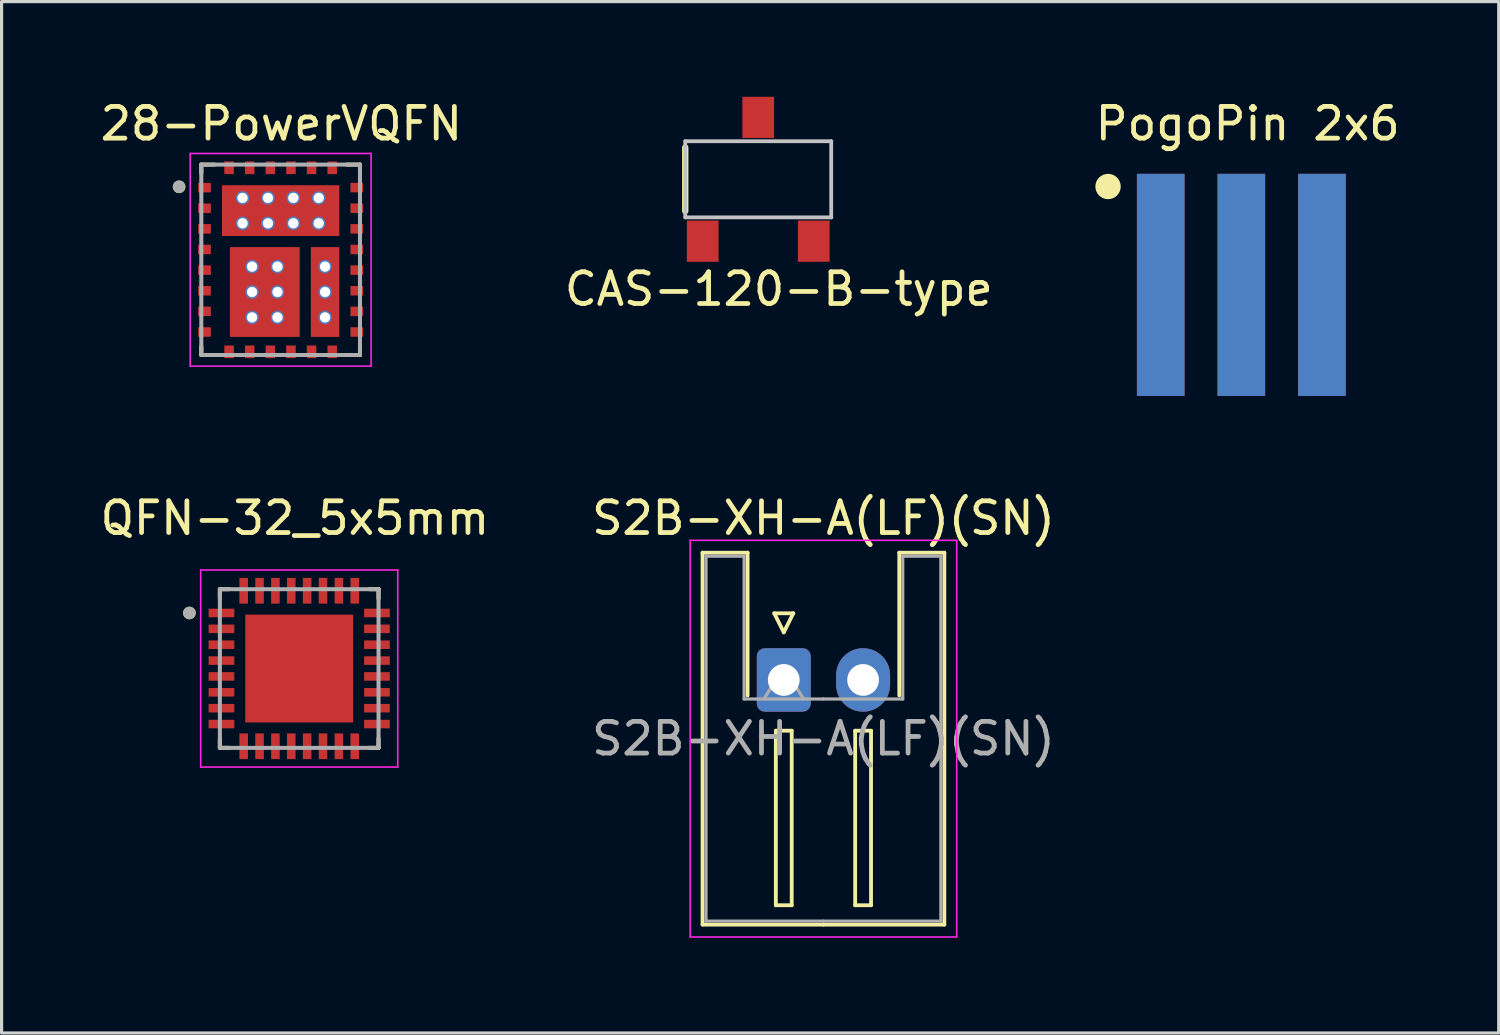
<source format=kicad_pcb>
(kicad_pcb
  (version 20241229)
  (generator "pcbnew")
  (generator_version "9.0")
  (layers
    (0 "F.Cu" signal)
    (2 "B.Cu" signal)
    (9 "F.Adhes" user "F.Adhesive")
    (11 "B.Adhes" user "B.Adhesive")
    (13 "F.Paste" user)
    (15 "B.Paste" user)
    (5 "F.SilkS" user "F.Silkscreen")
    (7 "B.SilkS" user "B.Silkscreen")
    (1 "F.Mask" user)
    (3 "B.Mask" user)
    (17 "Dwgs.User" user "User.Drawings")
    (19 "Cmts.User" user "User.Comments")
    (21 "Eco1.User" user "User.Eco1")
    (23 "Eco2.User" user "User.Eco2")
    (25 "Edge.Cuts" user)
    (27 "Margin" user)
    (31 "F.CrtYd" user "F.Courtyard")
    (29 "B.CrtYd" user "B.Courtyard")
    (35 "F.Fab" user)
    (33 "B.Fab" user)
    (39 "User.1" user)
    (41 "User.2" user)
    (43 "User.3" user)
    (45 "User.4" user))
  (footprint "PogoPin 2x6"
    (layer "F.Cu")
    (at 36.068 5.928)
    (property "Reference" "PogoPin 2x6" (at 0.2 -5.08 0) (layer "F.SilkS") (effects (font (size 1 1) (thickness 0.15))))
    (attr through_hole)
    (fp_circle (center -4.2 -3.1) (end -4 -3.1) (stroke (width 0.4) (type solid)) (fill no) (layer "F.SilkS"))
    (pad "1" smd rect (at -2.54 0) (size 1.5 7) (layers "F.Cu" "F.Mask" "F.Paste"))
    (pad "2" smd rect (at -2.54 0) (size 1.5 7) (layers "B.Cu" "B.Mask" "B.Paste"))
    (pad "3" smd rect (at 0 0) (size 1.5 7) (layers "F.Cu" "F.Mask" "F.Paste"))
    (pad "4" smd rect (at 0 0) (size 1.5 7) (layers "B.Cu" "B.Mask" "B.Paste"))
    (pad "5" smd rect (at 2.54 0) (size 1.5 7) (layers "F.Cu" "F.Mask" "F.Paste"))
    (pad "6" smd rect (at 2.54 0) (size 1.5 7) (layers "B.Cu" "B.Mask" "B.Paste")))
  (footprint "28-PowerVQFN"
    (layer "F.Cu")
    (at 5.794 5.137)
    (property "Reference" "28-PowerVQFN" (at 0.021 -4.289 0) (layer "F.SilkS") (effects (font (size 1 1) (thickness 0.15))))
    (attr through_hole)
    (fp_line (start -2.5 -3) (end -2.09 -3) (stroke (width 0.127) (type solid)) (layer "F.SilkS"))
    (fp_line (start -2.5 -2.73) (end -2.5 -3) (stroke (width 0.127) (type solid)) (layer "F.SilkS"))
    (fp_line (start -2.5 3) (end -2.5 2.73) (stroke (width 0.127) (type solid)) (layer "F.SilkS"))
    (fp_line (start -2.5 3) (end -2.09 3) (stroke (width 0.127) (type solid)) (layer "F.SilkS"))
    (fp_line (start 2.09 -3) (end 2.5 -3) (stroke (width 0.127) (type solid)) (layer "F.SilkS"))
    (fp_line (start 2.09 3) (end 2.5 3) (stroke (width 0.127) (type solid)) (layer "F.SilkS"))
    (fp_line (start 2.5 -2.73) (end 2.5 -3) (stroke (width 0.127) (type solid)) (layer "F.SilkS"))
    (fp_line (start 2.5 3) (end 2.5 2.73) (stroke (width 0.127) (type solid)) (layer "F.SilkS"))
    (fp_circle (center -3.2 -2.3) (end -3.1 -2.3) (stroke (width 0.2) (type solid)) (fill no) (layer "F.SilkS"))
    (fp_poly (pts (xy -1.65 -2.15) (xy -0.1 -2.15) (xy -0.1 -0.95) (xy -1.65 -0.95)) (stroke (width 0.01) (type solid)) (fill yes) (layer "F.Paste"))
    (fp_poly (pts (xy -1.555 -0.195) (xy -0.755 -0.195) (xy -0.755 0.915) (xy -1.555 0.915)) (stroke (width 0.01) (type solid)) (fill yes) (layer "F.Paste"))
    (fp_poly (pts (xy -1.555 1.115) (xy -0.755 1.115) (xy -0.755 2.225) (xy -1.555 2.225)) (stroke (width 0.01) (type solid)) (fill yes) (layer "F.Paste"))
    (fp_poly (pts (xy -0.245 -0.195) (xy 0.555 -0.195) (xy 0.555 0.915) (xy -0.245 0.915)) (stroke (width 0.01) (type solid)) (fill yes) (layer "F.Paste"))
    (fp_poly (pts (xy -0.245 1.115) (xy 0.555 1.115) (xy 0.555 2.225) (xy -0.245 2.225)) (stroke (width 0.01) (type solid)) (fill yes) (layer "F.Paste"))
    (fp_poly (pts (xy 0.1 -2.15) (xy 1.65 -2.15) (xy 1.65 -0.95) (xy 0.1 -0.95)) (stroke (width 0.01) (type solid)) (fill yes) (layer "F.Paste"))
    (fp_poly (pts (xy 1.15 -0.195) (xy 1.65 -0.195) (xy 1.65 0.915) (xy 1.15 0.915)) (stroke (width 0.01) (type solid)) (fill yes) (layer "F.Paste"))
    (fp_poly (pts (xy 1.15 1.115) (xy 1.65 1.115) (xy 1.65 2.225) (xy 1.15 2.225)) (stroke (width 0.01) (type solid)) (fill yes) (layer "F.Paste"))
    (fp_line (start -2.85 -3.35) (end 2.85 -3.35) (stroke (width 0.05) (type solid)) (layer "F.CrtYd"))
    (fp_line (start -2.85 3.35) (end -2.85 -3.35) (stroke (width 0.05) (type solid)) (layer "F.CrtYd"))
    (fp_line (start 2.85 -3.35) (end 2.85 3.35) (stroke (width 0.05) (type solid)) (layer "F.CrtYd"))
    (fp_line (start 2.85 3.35) (end -2.85 3.35) (stroke (width 0.05) (type solid)) (layer "F.CrtYd"))
    (fp_line (start -2.5 -3) (end 2.5 -3) (stroke (width 0.127) (type solid)) (layer "F.Fab"))
    (fp_line (start -2.5 3) (end -2.5 -3) (stroke (width 0.127) (type solid)) (layer "F.Fab"))
    (fp_line (start 2.5 -3) (end 2.5 3) (stroke (width 0.127) (type solid)) (layer "F.Fab"))
    (fp_line (start 2.5 3) (end -2.5 3) (stroke (width 0.127) (type solid)) (layer "F.Fab"))
    (fp_circle (center -3.2 -2.3) (end -3.1 -2.3) (stroke (width 0.2) (type solid)) (fill no) (layer "F.Fab"))
    (pad "1" smd rect (at -2.4 -2.275) (size 0.4 0.3) (layers "F.Cu" "F.Mask" "F.Paste"))
    (pad "2" smd rect (at -2.4 -1.625) (size 0.4 0.3) (layers "F.Cu" "F.Mask" "F.Paste"))
    (pad "3" smd rect (at -2.4 -0.975) (size 0.4 0.3) (layers "F.Cu" "F.Mask" "F.Paste"))
    (pad "4" smd rect (at -2.4 -0.325) (size 0.4 0.3) (layers "F.Cu" "F.Mask" "F.Paste"))
    (pad "5" smd rect (at -2.4 0.325) (size 0.4 0.3) (layers "F.Cu" "F.Mask" "F.Paste"))
    (pad "6" smd rect (at -2.4 0.975) (size 0.4 0.3) (layers "F.Cu" "F.Mask" "F.Paste"))
    (pad "7" smd rect (at -2.4 1.625) (size 0.4 0.3) (layers "F.Cu" "F.Mask" "F.Paste"))
    (pad "8" smd rect (at -2.4 2.275) (size 0.4 0.3) (layers "F.Cu" "F.Mask" "F.Paste"))
    (pad "9" smd rect (at -1.625 2.9) (size 0.3 0.4) (layers "F.Cu" "F.Mask" "F.Paste"))
    (pad "10" smd rect (at -0.975 2.9) (size 0.3 0.4) (layers "F.Cu" "F.Mask" "F.Paste"))
    (pad "11" smd rect (at -0.325 2.9) (size 0.3 0.4) (layers "F.Cu" "F.Mask" "F.Paste"))
    (pad "12" smd rect (at 0.325 2.9) (size 0.3 0.4) (layers "F.Cu" "F.Mask" "F.Paste"))
    (pad "13" smd rect (at 0.975 2.9) (size 0.3 0.4) (layers "F.Cu" "F.Mask" "F.Paste"))
    (pad "14" smd rect (at 1.625 2.9) (size 0.3 0.4) (layers "F.Cu" "F.Mask" "F.Paste"))
    (pad "15" smd rect (at 2.4 2.275) (size 0.4 0.3) (layers "F.Cu" "F.Mask" "F.Paste"))
    (pad "16" smd rect (at 2.4 1.625) (size 0.4 0.3) (layers "F.Cu" "F.Mask" "F.Paste"))
    (pad "17" smd rect (at 2.4 0.975) (size 0.4 0.3) (layers "F.Cu" "F.Mask" "F.Paste"))
    (pad "18" smd rect (at 2.4 0.325) (size 0.4 0.3) (layers "F.Cu" "F.Mask" "F.Paste"))
    (pad "19" smd rect (at 2.4 -0.325) (size 0.4 0.3) (layers "F.Cu" "F.Mask" "F.Paste"))
    (pad "20" smd rect (at 2.4 -0.975) (size 0.4 0.3) (layers "F.Cu" "F.Mask" "F.Paste"))
    (pad "21" smd rect (at 2.4 -1.625) (size 0.4 0.3) (layers "F.Cu" "F.Mask" "F.Paste"))
    (pad "22" smd rect (at 2.4 -2.275) (size 0.4 0.3) (layers "F.Cu" "F.Mask" "F.Paste"))
    (pad "23" smd rect (at 1.625 -2.9) (size 0.3 0.4) (layers "F.Cu" "F.Mask" "F.Paste"))
    (pad "24" smd rect (at 0.975 -2.9) (size 0.3 0.4) (layers "F.Cu" "F.Mask" "F.Paste"))
    (pad "25" smd rect (at 0.325 -2.9) (size 0.3 0.4) (layers "F.Cu" "F.Mask" "F.Paste"))
    (pad "26" smd rect (at -0.325 -2.9) (size 0.3 0.4) (layers "F.Cu" "F.Mask" "F.Paste"))
    (pad "27" smd rect (at -0.975 -2.9) (size 0.3 0.4) (layers "F.Cu" "F.Mask" "F.Paste"))
    (pad "28" smd rect (at -1.625 -2.9) (size 0.3 0.4) (layers "F.Cu" "F.Mask" "F.Paste"))
    (pad "29" smd rect (at 0 -1.55) (size 3.7 1.6) (layers "F.Cu" "F.Mask"))
    (pad "29_1" thru_hole circle (at -1.2 -1.95) (size 0.425 0.425) (drill 0.325) (layers "*.Cu" "*.Mask"))
    (pad "29_2" thru_hole circle (at -0.4 -1.95) (size 0.425 0.425) (drill 0.325) (layers "*.Cu" "*.Mask"))
    (pad "29_3" thru_hole circle (at 0.4 -1.95) (size 0.425 0.425) (drill 0.325) (layers "*.Cu" "*.Mask"))
    (pad "29_4" thru_hole circle (at 1.2 -1.95) (size 0.425 0.425) (drill 0.325) (layers "*.Cu" "*.Mask"))
    (pad "29_5" thru_hole circle (at -1.2 -1.15) (size 0.425 0.425) (drill 0.325) (layers "*.Cu" "*.Mask"))
    (pad "29_6" thru_hole circle (at -0.4 -1.15) (size 0.425 0.425) (drill 0.325) (layers "*.Cu" "*.Mask"))
    (pad "29_7" thru_hole circle (at 0.4 -1.15) (size 0.425 0.425) (drill 0.325) (layers "*.Cu" "*.Mask"))
    (pad "29_8" thru_hole circle (at 1.2 -1.15) (size 0.425 0.425) (drill 0.325) (layers "*.Cu" "*.Mask"))
    (pad "30" smd rect (at -0.5 1.015) (size 2.2 2.83) (layers "F.Cu" "F.Mask"))
    (pad "30_1" thru_hole circle (at -0.9 0.215) (size 0.425 0.425) (drill 0.325) (layers "*.Cu" "*.Mask"))
    (pad "30_2" thru_hole circle (at -0.1 0.215) (size 0.425 0.425) (drill 0.325) (layers "*.Cu" "*.Mask"))
    (pad "30_3" thru_hole circle (at -0.9 1.015) (size 0.425 0.425) (drill 0.325) (layers "*.Cu" "*.Mask"))
    (pad "30_4" thru_hole circle (at -0.1 1.015) (size 0.425 0.425) (drill 0.325) (layers "*.Cu" "*.Mask"))
    (pad "30_5" thru_hole circle (at -0.9 1.815) (size 0.425 0.425) (drill 0.325) (layers "*.Cu" "*.Mask"))
    (pad "30_6" thru_hole circle (at -0.1 1.815) (size 0.425 0.425) (drill 0.325) (layers "*.Cu" "*.Mask"))
    (pad "31" smd rect (at 1.4 1.015) (size 0.9 2.83) (layers "F.Cu" "F.Mask"))
    (pad "31_1" thru_hole circle (at 1.4 0.215) (size 0.425 0.425) (drill 0.325) (layers "*.Cu" "*.Mask"))
    (pad "31_2" thru_hole circle (at 1.4 1.015) (size 0.425 0.425) (drill 0.325) (layers "*.Cu" "*.Mask"))
    (pad "31_3" thru_hole circle (at 1.4 1.815) (size 0.425 0.425) (drill 0.325) (layers "*.Cu" "*.Mask")))
  (footprint "S2B-XH-A(LF)(SN)"
    (layer "F.Cu")
    (at 21.649 18.377)
    (property "Reference" "S2B-XH-A(LF)(SN)" (at 1.25 -5.1 0) (layer "F.SilkS") (effects (font (size 1 1) (thickness 0.15))))
    (attr through_hole)
    (fp_line (start -2.56 -4.01) (end -1.14 -4.01) (stroke (width 0.12) (type solid)) (layer "F.SilkS"))
    (fp_line (start -2.56 7.71) (end -2.56 -4.01) (stroke (width 0.12) (type solid)) (layer "F.SilkS"))
    (fp_line (start -1.14 -4.01) (end -1.14 0.49) (stroke (width 0.12) (type solid)) (layer "F.SilkS"))
    (fp_line (start -0.3 -2.1) (end 0.3 -2.1) (stroke (width 0.12) (type solid)) (layer "F.SilkS"))
    (fp_line (start -0.25 1.6) (end -0.25 7.1) (stroke (width 0.12) (type solid)) (layer "F.SilkS"))
    (fp_line (start -0.25 7.1) (end 0.25 7.1) (stroke (width 0.12) (type solid)) (layer "F.SilkS"))
    (fp_line (start 0 -1.5) (end -0.3 -2.1) (stroke (width 0.12) (type solid)) (layer "F.SilkS"))
    (fp_line (start 0.25 1.6) (end -0.25 1.6) (stroke (width 0.12) (type solid)) (layer "F.SilkS"))
    (fp_line (start 0.25 7.1) (end 0.25 1.6) (stroke (width 0.12) (type solid)) (layer "F.SilkS"))
    (fp_line (start 0.3 -2.1) (end 0 -1.5) (stroke (width 0.12) (type solid)) (layer "F.SilkS"))
    (fp_line (start 1.25 7.71) (end -2.56 7.71) (stroke (width 0.12) (type solid)) (layer "F.SilkS"))
    (fp_line (start 1.25 7.71) (end 5.06 7.71) (stroke (width 0.12) (type solid)) (layer "F.SilkS"))
    (fp_line (start 2.25 1.6) (end 2.25 7.1) (stroke (width 0.12) (type solid)) (layer "F.SilkS"))
    (fp_line (start 2.25 7.1) (end 2.75 7.1) (stroke (width 0.12) (type solid)) (layer "F.SilkS"))
    (fp_line (start 2.75 1.6) (end 2.25 1.6) (stroke (width 0.12) (type solid)) (layer "F.SilkS"))
    (fp_line (start 2.75 7.1) (end 2.75 1.6) (stroke (width 0.12) (type solid)) (layer "F.SilkS"))
    (fp_line (start 3.64 -4.01) (end 3.64 0.49) (stroke (width 0.12) (type solid)) (layer "F.SilkS"))
    (fp_line (start 5.06 -4.01) (end 3.64 -4.01) (stroke (width 0.12) (type solid)) (layer "F.SilkS"))
    (fp_line (start 5.06 7.71) (end 5.06 -4.01) (stroke (width 0.12) (type solid)) (layer "F.SilkS"))
    (fp_line (start -2.95 -4.4) (end -2.95 8.1) (stroke (width 0.05) (type solid)) (layer "F.CrtYd"))
    (fp_line (start -2.95 8.1) (end 5.45 8.1) (stroke (width 0.05) (type solid)) (layer "F.CrtYd"))
    (fp_line (start 5.45 -4.4) (end -2.95 -4.4) (stroke (width 0.05) (type solid)) (layer "F.CrtYd"))
    (fp_line (start 5.45 8.1) (end 5.45 -4.4) (stroke (width 0.05) (type solid)) (layer "F.CrtYd"))
    (fp_line (start -2.45 -3.9) (end -1.25 -3.9) (stroke (width 0.1) (type solid)) (layer "F.Fab"))
    (fp_line (start -2.45 7.6) (end -2.45 -3.9) (stroke (width 0.1) (type solid)) (layer "F.Fab"))
    (fp_line (start -1.25 -3.9) (end -1.25 0.6) (stroke (width 0.1) (type solid)) (layer "F.Fab"))
    (fp_line (start -1.25 0.6) (end 1.25 0.6) (stroke (width 0.1) (type solid)) (layer "F.Fab"))
    (fp_line (start -0.625 0.6) (end 0 -0.4) (stroke (width 0.1) (type solid)) (layer "F.Fab"))
    (fp_line (start 0 -0.4) (end 0.625 0.6) (stroke (width 0.1) (type solid)) (layer "F.Fab"))
    (fp_line (start 1.25 7.6) (end -2.45 7.6) (stroke (width 0.1) (type solid)) (layer "F.Fab"))
    (fp_line (start 1.25 7.6) (end 4.95 7.6) (stroke (width 0.1) (type solid)) (layer "F.Fab"))
    (fp_line (start 3.75 -3.9) (end 3.75 0.6) (stroke (width 0.1) (type solid)) (layer "F.Fab"))
    (fp_line (start 3.75 0.6) (end 1.25 0.6) (stroke (width 0.1) (type solid)) (layer "F.Fab"))
    (fp_line (start 4.95 -3.9) (end 3.75 -3.9) (stroke (width 0.1) (type solid)) (layer "F.Fab"))
    (fp_line (start 4.95 7.6) (end 4.95 -3.9) (stroke (width 0.1) (type solid)) (layer "F.Fab"))
    (fp_text user "${REFERENCE}" (at 1.25 1.85 0) (layer "F.Fab") (effects (font (size 1 1) (thickness 0.15))))
    (pad "1" thru_hole roundrect (at 0 0) (size 1.7 2) (drill 1) (layers "*.Cu" "*.Mask") (roundrect_rratio 0.147))
    (pad "2" thru_hole oval (at 2.5 0) (size 1.7 2) (drill 1) (layers "*.Cu" "*.Mask")))
  (footprint "QFN-32_5x5mm"
    (layer "F.Cu")
    (at 6.379 18.017)
    (property "Reference" "QFN-32_5x5mm" (at -0.135 -4.74 0) (layer "F.SilkS") (effects (font (size 1 1) (thickness 0.15))))
    (attr through_hole)
    (fp_line (start -2.5 -2.5) (end -2.5 -2.205) (stroke (width 0.127) (type solid)) (layer "F.SilkS"))
    (fp_line (start -2.5 -2.5) (end -2.205 -2.5) (stroke (width 0.127) (type solid)) (layer "F.SilkS"))
    (fp_line (start -2.5 2.5) (end -2.5 2.205) (stroke (width 0.127) (type solid)) (layer "F.SilkS"))
    (fp_line (start -2.5 2.5) (end -2.205 2.5) (stroke (width 0.127) (type solid)) (layer "F.SilkS"))
    (fp_line (start 2.5 -2.5) (end 2.205 -2.5) (stroke (width 0.127) (type solid)) (layer "F.SilkS"))
    (fp_line (start 2.5 -2.5) (end 2.5 -2.205) (stroke (width 0.127) (type solid)) (layer "F.SilkS"))
    (fp_line (start 2.5 2.5) (end 2.205 2.5) (stroke (width 0.127) (type solid)) (layer "F.SilkS"))
    (fp_line (start 2.5 2.5) (end 2.5 2.205) (stroke (width 0.127) (type solid)) (layer "F.SilkS"))
    (fp_circle (center -3.46 -1.75) (end -3.36 -1.75) (stroke (width 0.2) (type solid)) (fill no) (layer "F.SilkS"))
    (fp_poly (pts (xy -1.08 -1.08) (xy 1.08 -1.08) (xy 1.08 1.08) (xy -1.08 1.08)) (stroke (width 0.01) (type solid)) (fill yes) (layer "F.Paste"))
    (fp_line (start -3.105 -3.105) (end 3.105 -3.105) (stroke (width 0.05) (type solid)) (layer "F.CrtYd"))
    (fp_line (start -3.105 3.105) (end -3.105 -3.105) (stroke (width 0.05) (type solid)) (layer "F.CrtYd"))
    (fp_line (start -3.105 3.105) (end 3.105 3.105) (stroke (width 0.05) (type solid)) (layer "F.CrtYd"))
    (fp_line (start 3.105 3.105) (end 3.105 -3.105) (stroke (width 0.05) (type solid)) (layer "F.CrtYd"))
    (fp_line (start -2.5 2.5) (end -2.5 -2.5) (stroke (width 0.127) (type solid)) (layer "F.Fab"))
    (fp_line (start 2.5 -2.5) (end -2.5 -2.5) (stroke (width 0.127) (type solid)) (layer "F.Fab"))
    (fp_line (start 2.5 2.5) (end -2.5 2.5) (stroke (width 0.127) (type solid)) (layer "F.Fab"))
    (fp_line (start 2.5 2.5) (end 2.5 -2.5) (stroke (width 0.127) (type solid)) (layer "F.Fab"))
    (fp_circle (center -3.46 -1.75) (end -3.36 -1.75) (stroke (width 0.2) (type solid)) (fill no) (layer "F.Fab"))
    (pad "1" smd rect (at -2.45 -1.75) (size 0.81 0.27) (layers "F.Cu" "F.Mask" "F.Paste"))
    (pad "2" smd rect (at -2.45 -1.25) (size 0.81 0.27) (layers "F.Cu" "F.Mask" "F.Paste"))
    (pad "3" smd rect (at -2.45 -0.75) (size 0.81 0.27) (layers "F.Cu" "F.Mask" "F.Paste"))
    (pad "4" smd rect (at -2.45 -0.25) (size 0.81 0.27) (layers "F.Cu" "F.Mask" "F.Paste"))
    (pad "5" smd rect (at -2.45 0.25) (size 0.81 0.27) (layers "F.Cu" "F.Mask" "F.Paste"))
    (pad "6" smd rect (at -2.45 0.75) (size 0.81 0.27) (layers "F.Cu" "F.Mask" "F.Paste"))
    (pad "7" smd rect (at -2.45 1.25) (size 0.81 0.27) (layers "F.Cu" "F.Mask" "F.Paste"))
    (pad "8" smd rect (at -2.45 1.75) (size 0.81 0.27) (layers "F.Cu" "F.Mask" "F.Paste"))
    (pad "9" smd rect (at -1.75 2.45) (size 0.27 0.81) (layers "F.Cu" "F.Mask" "F.Paste"))
    (pad "10" smd rect (at -1.25 2.45) (size 0.27 0.81) (layers "F.Cu" "F.Mask" "F.Paste"))
    (pad "11" smd rect (at -0.75 2.45) (size 0.27 0.81) (layers "F.Cu" "F.Mask" "F.Paste"))
    (pad "12" smd rect (at -0.25 2.45) (size 0.27 0.81) (layers "F.Cu" "F.Mask" "F.Paste"))
    (pad "13" smd rect (at 0.25 2.45) (size 0.27 0.81) (layers "F.Cu" "F.Mask" "F.Paste"))
    (pad "14" smd rect (at 0.75 2.45) (size 0.27 0.81) (layers "F.Cu" "F.Mask" "F.Paste"))
    (pad "15" smd rect (at 1.25 2.45) (size 0.27 0.81) (layers "F.Cu" "F.Mask" "F.Paste"))
    (pad "16" smd rect (at 1.75 2.45) (size 0.27 0.81) (layers "F.Cu" "F.Mask" "F.Paste"))
    (pad "17" smd rect (at 2.45 1.75) (size 0.81 0.27) (layers "F.Cu" "F.Mask" "F.Paste"))
    (pad "18" smd rect (at 2.45 1.25) (size 0.81 0.27) (layers "F.Cu" "F.Mask" "F.Paste"))
    (pad "19" smd rect (at 2.45 0.75) (size 0.81 0.27) (layers "F.Cu" "F.Mask" "F.Paste"))
    (pad "20" smd rect (at 2.45 0.25) (size 0.81 0.27) (layers "F.Cu" "F.Mask" "F.Paste"))
    (pad "21" smd rect (at 2.45 -0.25) (size 0.81 0.27) (layers "F.Cu" "F.Mask" "F.Paste"))
    (pad "22" smd rect (at 2.45 -0.75) (size 0.81 0.27) (layers "F.Cu" "F.Mask" "F.Paste"))
    (pad "23" smd rect (at 2.45 -1.25) (size 0.81 0.27) (layers "F.Cu" "F.Mask" "F.Paste"))
    (pad "24" smd rect (at 2.45 -1.75) (size 0.81 0.27) (layers "F.Cu" "F.Mask" "F.Paste"))
    (pad "25" smd rect (at 1.75 -2.45) (size 0.27 0.81) (layers "F.Cu" "F.Mask" "F.Paste"))
    (pad "26" smd rect (at 1.25 -2.45) (size 0.27 0.81) (layers "F.Cu" "F.Mask" "F.Paste"))
    (pad "27" smd rect (at 0.75 -2.45) (size 0.27 0.81) (layers "F.Cu" "F.Mask" "F.Paste"))
    (pad "28" smd rect (at 0.25 -2.45) (size 0.27 0.81) (layers "F.Cu" "F.Mask" "F.Paste"))
    (pad "29" smd rect (at -0.25 -2.45) (size 0.27 0.81) (layers "F.Cu" "F.Mask" "F.Paste"))
    (pad "30" smd rect (at -0.75 -2.45) (size 0.27 0.81) (layers "F.Cu" "F.Mask" "F.Paste"))
    (pad "31" smd rect (at -1.25 -2.45) (size 0.27 0.81) (layers "F.Cu" "F.Mask" "F.Paste"))
    (pad "32" smd rect (at -1.75 -2.45) (size 0.27 0.81) (layers "F.Cu" "F.Mask" "F.Paste"))
    (pad "33" smd rect (at 0 0) (size 3.4 3.4) (layers "F.Cu" "F.Mask")))
  (footprint "CAS-120-B-type"
    (layer "F.Cu")
    (at 20.844 2.6)
    (property "Reference" "CAS-120-B-type" (at 0.65 3.46 0) (layer "F.SilkS") (effects (font (size 1 1) (thickness 0.15))))
    (attr through_hole)
    (fp_line (start -2.3 1) (end -2.3 -1) (stroke (width 0.2) (type solid)) (layer "F.SilkS"))
    (fp_line (start -2.3 -1.2) (end -2.3 1.2) (stroke (width 0.12) (type solid)) (layer "Dwgs.User"))
    (fp_line (start -2.3 1.2) (end 2.3 1.2) (stroke (width 0.12) (type solid)) (layer "Dwgs.User"))
    (fp_line (start 2.3 -1.2) (end -2.3 -1.2) (stroke (width 0.12) (type solid)) (layer "Dwgs.User"))
    (fp_line (start 2.3 1.2) (end 2.3 -1.2) (stroke (width 0.12) (type solid)) (layer "Dwgs.User"))
    (pad "1" smd rect (at -1.75 1.95) (size 1 1.3) (layers "F.Cu" "F.Mask" "F.Paste"))
    (pad "2" smd rect (at 0 -1.95) (size 1 1.3) (layers "F.Cu" "F.Mask" "F.Paste"))
    (pad "3" smd rect (at 1.75 1.95) (size 1 1.3) (layers "F.Cu" "F.Mask" "F.Paste")))
  (gr_rect
    (start -3 -3)
    (end 44.179 29.502)
    (stroke (width 0.1) (type default))
    (fill no)
    (layer "Edge.Cuts")))
</source>
